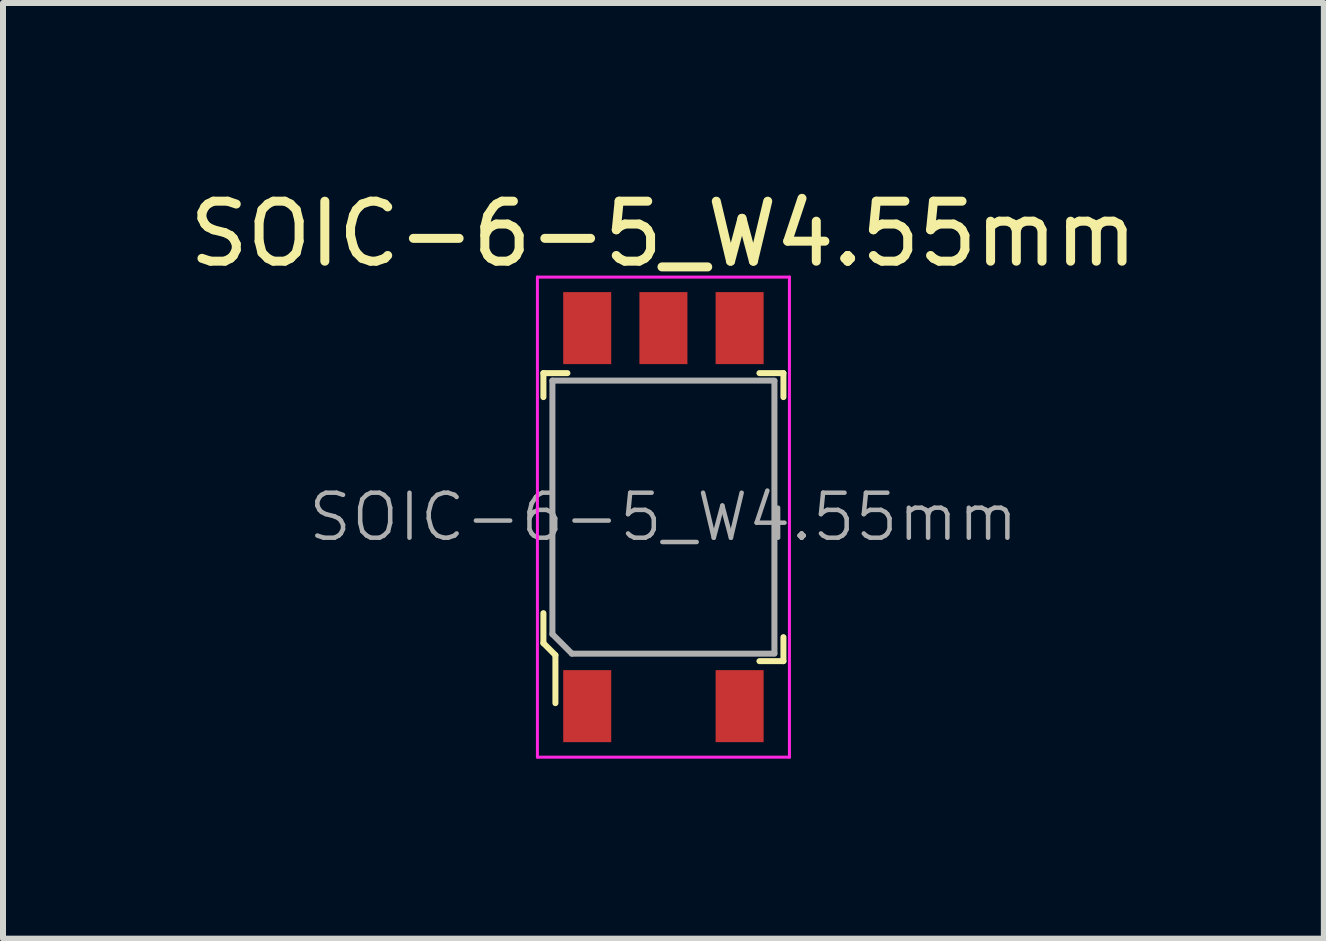
<source format=kicad_pcb>
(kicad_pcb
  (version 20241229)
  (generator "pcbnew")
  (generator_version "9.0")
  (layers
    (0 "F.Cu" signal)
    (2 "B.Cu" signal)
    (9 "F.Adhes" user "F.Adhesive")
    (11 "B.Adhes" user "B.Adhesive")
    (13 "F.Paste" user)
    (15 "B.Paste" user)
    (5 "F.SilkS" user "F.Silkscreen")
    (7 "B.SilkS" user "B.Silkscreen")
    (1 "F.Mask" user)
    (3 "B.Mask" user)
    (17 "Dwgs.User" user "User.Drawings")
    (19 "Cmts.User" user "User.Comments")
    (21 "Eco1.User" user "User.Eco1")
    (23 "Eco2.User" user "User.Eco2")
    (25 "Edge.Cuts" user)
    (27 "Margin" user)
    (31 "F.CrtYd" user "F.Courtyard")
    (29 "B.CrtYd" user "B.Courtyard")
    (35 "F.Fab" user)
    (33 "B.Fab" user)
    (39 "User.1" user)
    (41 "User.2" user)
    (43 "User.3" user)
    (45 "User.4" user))
  (footprint "SOIC-6-5_W4.55mm"
    (layer "F.Cu")
    (at 8.006 5.568)
    (property "Reference" "SOIC-6-5_W4.55mm" (at 0 -4.72 0) (layer "F.SilkS") (effects (font (size 1 1) (thickness 0.15))))
    (attr smd)
    (fp_line (start -2 -2.4) (end -2 -2) (stroke (width 0.1) (type solid)) (layer "F.SilkS"))
    (fp_line (start -2 -2.4) (end -1.6 -2.4) (stroke (width 0.1) (type solid)) (layer "F.SilkS"))
    (fp_line (start -2 1.6) (end -2 2.1) (stroke (width 0.1) (type solid)) (layer "F.SilkS"))
    (fp_line (start -2 2.1) (end -1.8 2.3) (stroke (width 0.1) (type solid)) (layer "F.SilkS"))
    (fp_line (start -1.8 2.3) (end -1.8 3.1) (stroke (width 0.1) (type solid)) (layer "F.SilkS"))
    (fp_line (start 1.6 -2.4) (end 2 -2.4) (stroke (width 0.1) (type solid)) (layer "F.SilkS"))
    (fp_line (start 2 -2.4) (end 2 -2) (stroke (width 0.1) (type solid)) (layer "F.SilkS"))
    (fp_line (start 2 2.4) (end 1.6 2.4) (stroke (width 0.1) (type solid)) (layer "F.SilkS"))
    (fp_line (start 2 2.4) (end 2 2) (stroke (width 0.1) (type solid)) (layer "F.SilkS"))
    (fp_line (start -2.1 -4) (end -2.1 4) (stroke (width 0.05) (type solid)) (layer "F.CrtYd"))
    (fp_line (start 2.1 -4) (end -2.1 -4) (stroke (width 0.05) (type solid)) (layer "F.CrtYd"))
    (fp_line (start 2.1 4) (end -2.1 4) (stroke (width 0.05) (type solid)) (layer "F.CrtYd"))
    (fp_line (start 2.1 4) (end 2.1 -4) (stroke (width 0.05) (type solid)) (layer "F.CrtYd"))
    (fp_line (start -1.85 -2.275) (end 1.85 -2.275) (stroke (width 0.1) (type solid)) (layer "F.Fab"))
    (fp_line (start -1.85 1.95) (end -1.85 -2.275) (stroke (width 0.1) (type solid)) (layer "F.Fab"))
    (fp_line (start -1.85 1.95) (end -1.525 2.275) (stroke (width 0.1) (type solid)) (layer "F.Fab"))
    (fp_line (start -1.525 2.275) (end 1.85 2.275) (stroke (width 0.1) (type solid)) (layer "F.Fab"))
    (fp_line (start 1.85 -2.27) (end 1.85 2.27) (stroke (width 0.1) (type solid)) (layer "F.Fab"))
    (fp_text user "${REFERENCE}" (at 0 0 0) (layer "F.Fab") (effects (font (size 0.75 0.75) (thickness 0.075))))
    (pad "1" smd rect (at -1.27 3.15) (size 0.8 1.2) (layers "F.Cu" "F.Mask" "F.Paste"))
    (pad "3" smd rect (at 1.27 3.15) (size 0.8 1.2) (layers "F.Cu" "F.Mask" "F.Paste"))
    (pad "4" smd rect (at 1.27 -3.15) (size 0.8 1.2) (layers "F.Cu" "F.Mask" "F.Paste"))
    (pad "5" smd rect (at 0 -3.15) (size 0.8 1.2) (layers "F.Cu" "F.Mask" "F.Paste"))
    (pad "6" smd rect (at -1.27 -3.15) (size 0.8 1.2) (layers "F.Cu" "F.Mask" "F.Paste")))
  (gr_rect
    (start -3 -3)
    (end 19.012 12.593)
    (stroke (width 0.1) (type default))
    (fill no)
    (layer "Edge.Cuts")))
</source>
